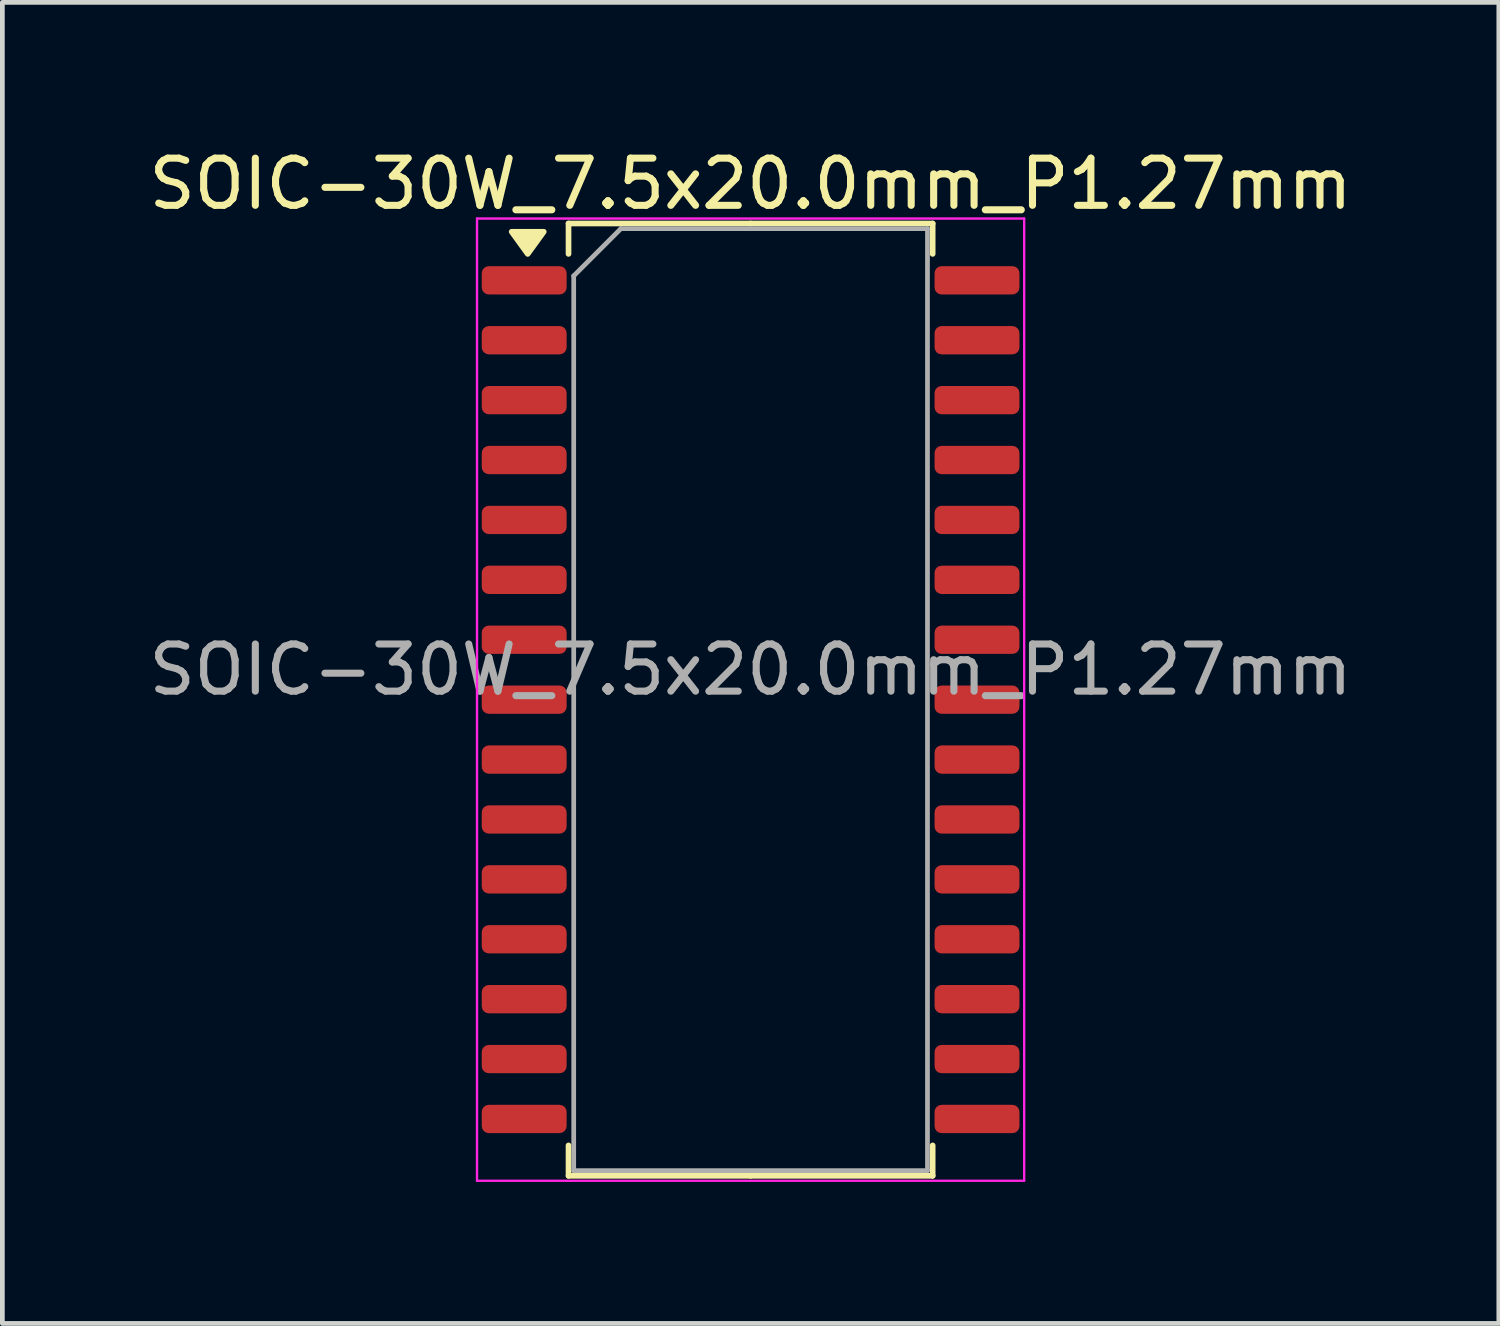
<source format=kicad_pcb>
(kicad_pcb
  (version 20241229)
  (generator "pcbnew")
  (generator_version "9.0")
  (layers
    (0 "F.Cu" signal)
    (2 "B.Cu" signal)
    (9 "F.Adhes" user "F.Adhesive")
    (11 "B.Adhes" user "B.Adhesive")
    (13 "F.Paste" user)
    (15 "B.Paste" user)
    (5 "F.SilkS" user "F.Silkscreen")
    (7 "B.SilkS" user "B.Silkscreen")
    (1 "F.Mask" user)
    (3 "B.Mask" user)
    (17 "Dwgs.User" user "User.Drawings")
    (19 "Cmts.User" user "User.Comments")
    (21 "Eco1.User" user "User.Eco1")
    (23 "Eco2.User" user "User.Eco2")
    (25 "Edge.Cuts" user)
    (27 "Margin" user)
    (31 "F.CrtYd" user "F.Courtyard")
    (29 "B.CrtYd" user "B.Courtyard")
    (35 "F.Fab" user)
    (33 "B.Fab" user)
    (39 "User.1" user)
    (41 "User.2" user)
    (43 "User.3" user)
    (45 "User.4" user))
  (footprint "SOIC-30W_7.5x20.0mm_P1.27mm"
    (layer "F.Cu")
    (at 12.863 11.783)
    (property "Reference" "SOIC-30W_7.5x20.0mm_P1.27mm" (at 0 -10.935 0) (layer "F.SilkS") (effects (font (size 1 1) (thickness 0.15))))
    (attr smd)
    (fp_line (start -3.86 -10.095) (end -3.86 -9.45) (stroke (width 0.12) (type solid)) (layer "F.SilkS"))
    (fp_line (start -3.86 10.095) (end -3.86 9.45) (stroke (width 0.12) (type solid)) (layer "F.SilkS"))
    (fp_line (start 0 -10.095) (end -3.86 -10.095) (stroke (width 0.12) (type solid)) (layer "F.SilkS"))
    (fp_line (start 0 -10.095) (end 3.86 -10.095) (stroke (width 0.12) (type solid)) (layer "F.SilkS"))
    (fp_line (start 0 10.095) (end -3.86 10.095) (stroke (width 0.12) (type solid)) (layer "F.SilkS"))
    (fp_line (start 0 10.095) (end 3.86 10.095) (stroke (width 0.12) (type solid)) (layer "F.SilkS"))
    (fp_line (start 3.86 -10.095) (end 3.86 -9.45) (stroke (width 0.12) (type solid)) (layer "F.SilkS"))
    (fp_line (start 3.86 10.095) (end 3.86 9.45) (stroke (width 0.12) (type solid)) (layer "F.SilkS"))
    (fp_poly (pts (xy -4.725 -9.45) (xy -5.065 -9.92) (xy -4.385 -9.92) (xy -4.725 -9.45)) (stroke (width 0.12) (type solid)) (fill yes) (layer "F.SilkS"))
    (fp_line (start -5.8 -10.2) (end -5.8 10.2) (stroke (width 0.05) (type solid)) (layer "F.CrtYd"))
    (fp_line (start -5.8 10.2) (end 5.8 10.2) (stroke (width 0.05) (type solid)) (layer "F.CrtYd"))
    (fp_line (start 5.8 -10.2) (end -5.8 -10.2) (stroke (width 0.05) (type solid)) (layer "F.CrtYd"))
    (fp_line (start 5.8 10.2) (end 5.8 -10.2) (stroke (width 0.05) (type solid)) (layer "F.CrtYd"))
    (fp_line (start -3.75 -8.985) (end -2.75 -9.985) (stroke (width 0.1) (type solid)) (layer "F.Fab"))
    (fp_line (start -3.75 9.985) (end -3.75 -8.985) (stroke (width 0.1) (type solid)) (layer "F.Fab"))
    (fp_line (start -2.75 -9.985) (end 3.75 -9.985) (stroke (width 0.1) (type solid)) (layer "F.Fab"))
    (fp_line (start 3.75 -9.985) (end 3.75 9.985) (stroke (width 0.1) (type solid)) (layer "F.Fab"))
    (fp_line (start 3.75 9.985) (end -3.75 9.985) (stroke (width 0.1) (type solid)) (layer "F.Fab"))
    (fp_text user "${REFERENCE}" (at 0 -0.635 0) (layer "F.Fab") (effects (font (size 1 1) (thickness 0.15))))
    (pad "1" smd roundrect (at -4.8 -8.89) (size 1.8 0.6) (layers "F.Cu" "F.Mask" "F.Paste") (roundrect_rratio 0.25))
    (pad "2" smd roundrect (at -4.8 -7.62) (size 1.8 0.6) (layers "F.Cu" "F.Mask" "F.Paste") (roundrect_rratio 0.25))
    (pad "3" smd roundrect (at -4.8 -6.35) (size 1.8 0.6) (layers "F.Cu" "F.Mask" "F.Paste") (roundrect_rratio 0.25))
    (pad "4" smd roundrect (at -4.8 -5.08) (size 1.8 0.6) (layers "F.Cu" "F.Mask" "F.Paste") (roundrect_rratio 0.25))
    (pad "5" smd roundrect (at -4.8 -3.81) (size 1.8 0.6) (layers "F.Cu" "F.Mask" "F.Paste") (roundrect_rratio 0.25))
    (pad "6" smd roundrect (at -4.8 -2.54) (size 1.8 0.6) (layers "F.Cu" "F.Mask" "F.Paste") (roundrect_rratio 0.25))
    (pad "7" smd roundrect (at -4.8 -1.27) (size 1.8 0.6) (layers "F.Cu" "F.Mask" "F.Paste") (roundrect_rratio 0.25))
    (pad "8" smd roundrect (at -4.8 0) (size 1.8 0.6) (layers "F.Cu" "F.Mask" "F.Paste") (roundrect_rratio 0.25))
    (pad "9" smd roundrect (at -4.8 1.27) (size 1.8 0.6) (layers "F.Cu" "F.Mask" "F.Paste") (roundrect_rratio 0.25))
    (pad "10" smd roundrect (at -4.8 2.54) (size 1.8 0.6) (layers "F.Cu" "F.Mask" "F.Paste") (roundrect_rratio 0.25))
    (pad "11" smd roundrect (at -4.8 3.81) (size 1.8 0.6) (layers "F.Cu" "F.Mask" "F.Paste") (roundrect_rratio 0.25))
    (pad "12" smd roundrect (at -4.8 5.08) (size 1.8 0.6) (layers "F.Cu" "F.Mask" "F.Paste") (roundrect_rratio 0.25))
    (pad "13" smd roundrect (at -4.8 6.35) (size 1.8 0.6) (layers "F.Cu" "F.Mask" "F.Paste") (roundrect_rratio 0.25))
    (pad "14" smd roundrect (at -4.8 7.62) (size 1.8 0.6) (layers "F.Cu" "F.Mask" "F.Paste") (roundrect_rratio 0.25))
    (pad "15" smd roundrect (at -4.8 8.89) (size 1.8 0.6) (layers "F.Cu" "F.Mask" "F.Paste") (roundrect_rratio 0.25))
    (pad "16" smd roundrect (at 4.8 8.89) (size 1.8 0.6) (layers "F.Cu" "F.Mask" "F.Paste") (roundrect_rratio 0.25))
    (pad "17" smd roundrect (at 4.8 7.62) (size 1.8 0.6) (layers "F.Cu" "F.Mask" "F.Paste") (roundrect_rratio 0.25))
    (pad "18" smd roundrect (at 4.8 6.35) (size 1.8 0.6) (layers "F.Cu" "F.Mask" "F.Paste") (roundrect_rratio 0.25))
    (pad "19" smd roundrect (at 4.8 5.08) (size 1.8 0.6) (layers "F.Cu" "F.Mask" "F.Paste") (roundrect_rratio 0.25))
    (pad "20" smd roundrect (at 4.8 3.81) (size 1.8 0.6) (layers "F.Cu" "F.Mask" "F.Paste") (roundrect_rratio 0.25))
    (pad "21" smd roundrect (at 4.8 2.54) (size 1.8 0.6) (layers "F.Cu" "F.Mask" "F.Paste") (roundrect_rratio 0.25))
    (pad "22" smd roundrect (at 4.8 1.27) (size 1.8 0.6) (layers "F.Cu" "F.Mask" "F.Paste") (roundrect_rratio 0.25))
    (pad "23" smd roundrect (at 4.8 0) (size 1.8 0.6) (layers "F.Cu" "F.Mask" "F.Paste") (roundrect_rratio 0.25))
    (pad "24" smd roundrect (at 4.8 -1.27) (size 1.8 0.6) (layers "F.Cu" "F.Mask" "F.Paste") (roundrect_rratio 0.25))
    (pad "25" smd roundrect (at 4.8 -2.54) (size 1.8 0.6) (layers "F.Cu" "F.Mask" "F.Paste") (roundrect_rratio 0.25))
    (pad "26" smd roundrect (at 4.8 -3.81) (size 1.8 0.6) (layers "F.Cu" "F.Mask" "F.Paste") (roundrect_rratio 0.25))
    (pad "27" smd roundrect (at 4.8 -5.08) (size 1.8 0.6) (layers "F.Cu" "F.Mask" "F.Paste") (roundrect_rratio 0.25))
    (pad "28" smd roundrect (at 4.8 -6.35) (size 1.8 0.6) (layers "F.Cu" "F.Mask" "F.Paste") (roundrect_rratio 0.25))
    (pad "29" smd roundrect (at 4.8 -7.62) (size 1.8 0.6) (layers "F.Cu" "F.Mask" "F.Paste") (roundrect_rratio 0.25))
    (pad "30" smd roundrect (at 4.8 -8.89) (size 1.8 0.6) (layers "F.Cu" "F.Mask" "F.Paste") (roundrect_rratio 0.25)))
  (gr_rect
    (start -3 -3)
    (end 28.726 25.008)
    (stroke (width 0.1) (type default))
    (fill no)
    (layer "Edge.Cuts")))
</source>
